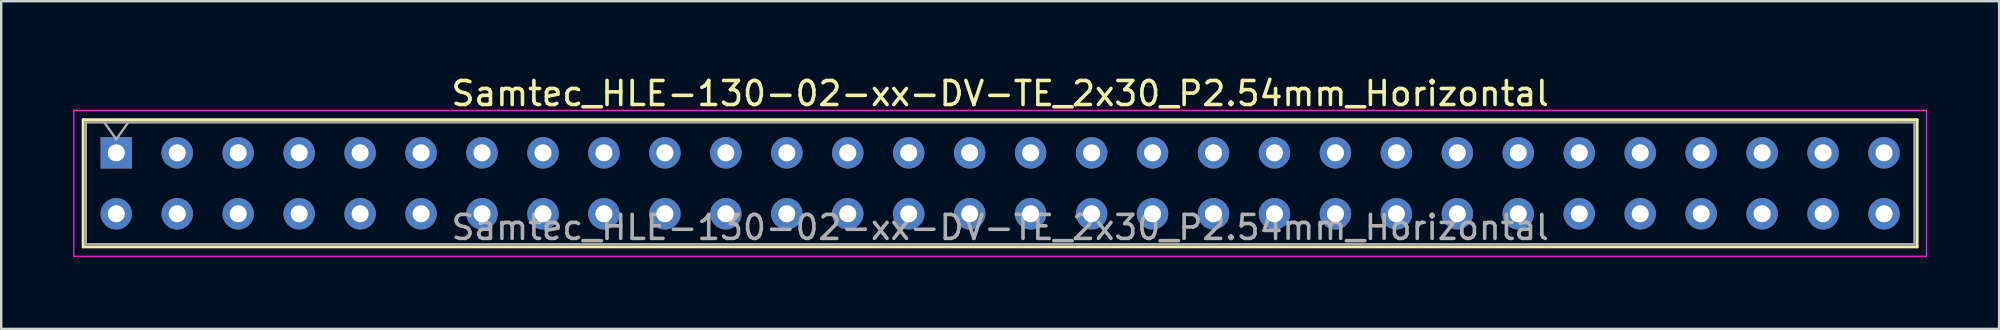
<source format=kicad_pcb>
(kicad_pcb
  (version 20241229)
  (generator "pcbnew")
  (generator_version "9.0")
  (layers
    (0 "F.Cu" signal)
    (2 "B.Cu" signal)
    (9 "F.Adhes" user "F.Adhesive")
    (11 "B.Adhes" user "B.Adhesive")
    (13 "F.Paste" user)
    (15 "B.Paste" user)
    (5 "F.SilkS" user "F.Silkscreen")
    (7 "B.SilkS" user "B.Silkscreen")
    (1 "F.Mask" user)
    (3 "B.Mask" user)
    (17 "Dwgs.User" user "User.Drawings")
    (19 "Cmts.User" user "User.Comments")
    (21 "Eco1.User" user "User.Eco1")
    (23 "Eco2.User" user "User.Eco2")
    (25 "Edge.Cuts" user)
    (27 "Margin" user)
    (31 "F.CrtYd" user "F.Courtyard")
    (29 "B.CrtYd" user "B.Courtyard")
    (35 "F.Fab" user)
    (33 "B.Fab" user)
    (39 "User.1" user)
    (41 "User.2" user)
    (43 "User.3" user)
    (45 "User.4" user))
  (footprint "Samtec_HLE-130-02-xx-DV-TE_2x30_P2.54mm_Horizontal"
    (layer "F.Cu")
    (at 1.795 3.318)
    (property "Reference" "Samtec_HLE-130-02-xx-DV-TE_2x30_P2.54mm_Horizontal" (at 36.83 -2.47 0) (layer "F.SilkS") (effects (font (size 1 1) (thickness 0.15))))
    (attr through_hole)
    (fp_line (start -1.38 -1.38) (end 75.04 -1.38) (stroke (width 0.12) (type solid)) (layer "F.SilkS"))
    (fp_line (start -1.38 3.92) (end -1.38 -1.38) (stroke (width 0.12) (type solid)) (layer "F.SilkS"))
    (fp_line (start 75.04 -1.38) (end 75.04 3.92) (stroke (width 0.12) (type solid)) (layer "F.SilkS"))
    (fp_line (start 75.04 3.92) (end -1.38 3.92) (stroke (width 0.12) (type solid)) (layer "F.SilkS"))
    (fp_line (start -1.77 -1.77) (end 75.43 -1.77) (stroke (width 0.05) (type solid)) (layer "F.CrtYd"))
    (fp_line (start -1.77 4.31) (end -1.77 -1.77) (stroke (width 0.05) (type solid)) (layer "F.CrtYd"))
    (fp_line (start 75.43 -1.77) (end 75.43 4.31) (stroke (width 0.05) (type solid)) (layer "F.CrtYd"))
    (fp_line (start 75.43 4.31) (end -1.77 4.31) (stroke (width 0.05) (type solid)) (layer "F.CrtYd"))
    (fp_line (start -1.27 -1.27) (end 74.93 -1.27) (stroke (width 0.1) (type solid)) (layer "F.Fab"))
    (fp_line (start -1.27 3.81) (end -1.27 -1.27) (stroke (width 0.1) (type solid)) (layer "F.Fab"))
    (fp_line (start -0.5 -1.27) (end 0 -0.563) (stroke (width 0.1) (type solid)) (layer "F.Fab"))
    (fp_line (start 0 -0.563) (end 0.5 -1.27) (stroke (width 0.1) (type solid)) (layer "F.Fab"))
    (fp_line (start 74.93 -1.27) (end 74.93 3.81) (stroke (width 0.1) (type solid)) (layer "F.Fab"))
    (fp_line (start 74.93 3.81) (end -1.27 3.81) (stroke (width 0.1) (type solid)) (layer "F.Fab"))
    (fp_text user "${REFERENCE}" (at 36.83 3.11 0) (layer "F.Fab") (effects (font (size 1 1) (thickness 0.15))))
    (pad "1" thru_hole rect (at 0 0) (size 1.31 1.31) (drill 0.71) (layers "*.Cu" "*.Mask"))
    (pad "2" thru_hole circle (at 0 2.54) (size 1.31 1.31) (drill 0.71) (layers "*.Cu" "*.Mask"))
    (pad "3" thru_hole circle (at 2.54 0) (size 1.31 1.31) (drill 0.71) (layers "*.Cu" "*.Mask"))
    (pad "4" thru_hole circle (at 2.54 2.54) (size 1.31 1.31) (drill 0.71) (layers "*.Cu" "*.Mask"))
    (pad "5" thru_hole circle (at 5.08 0) (size 1.31 1.31) (drill 0.71) (layers "*.Cu" "*.Mask"))
    (pad "6" thru_hole circle (at 5.08 2.54) (size 1.31 1.31) (drill 0.71) (layers "*.Cu" "*.Mask"))
    (pad "7" thru_hole circle (at 7.62 0) (size 1.31 1.31) (drill 0.71) (layers "*.Cu" "*.Mask"))
    (pad "8" thru_hole circle (at 7.62 2.54) (size 1.31 1.31) (drill 0.71) (layers "*.Cu" "*.Mask"))
    (pad "9" thru_hole circle (at 10.16 0) (size 1.31 1.31) (drill 0.71) (layers "*.Cu" "*.Mask"))
    (pad "10" thru_hole circle (at 10.16 2.54) (size 1.31 1.31) (drill 0.71) (layers "*.Cu" "*.Mask"))
    (pad "11" thru_hole circle (at 12.7 0) (size 1.31 1.31) (drill 0.71) (layers "*.Cu" "*.Mask"))
    (pad "12" thru_hole circle (at 12.7 2.54) (size 1.31 1.31) (drill 0.71) (layers "*.Cu" "*.Mask"))
    (pad "13" thru_hole circle (at 15.24 0) (size 1.31 1.31) (drill 0.71) (layers "*.Cu" "*.Mask"))
    (pad "14" thru_hole circle (at 15.24 2.54) (size 1.31 1.31) (drill 0.71) (layers "*.Cu" "*.Mask"))
    (pad "15" thru_hole circle (at 17.78 0) (size 1.31 1.31) (drill 0.71) (layers "*.Cu" "*.Mask"))
    (pad "16" thru_hole circle (at 17.78 2.54) (size 1.31 1.31) (drill 0.71) (layers "*.Cu" "*.Mask"))
    (pad "17" thru_hole circle (at 20.32 0) (size 1.31 1.31) (drill 0.71) (layers "*.Cu" "*.Mask"))
    (pad "18" thru_hole circle (at 20.32 2.54) (size 1.31 1.31) (drill 0.71) (layers "*.Cu" "*.Mask"))
    (pad "19" thru_hole circle (at 22.86 0) (size 1.31 1.31) (drill 0.71) (layers "*.Cu" "*.Mask"))
    (pad "20" thru_hole circle (at 22.86 2.54) (size 1.31 1.31) (drill 0.71) (layers "*.Cu" "*.Mask"))
    (pad "21" thru_hole circle (at 25.4 0) (size 1.31 1.31) (drill 0.71) (layers "*.Cu" "*.Mask"))
    (pad "22" thru_hole circle (at 25.4 2.54) (size 1.31 1.31) (drill 0.71) (layers "*.Cu" "*.Mask"))
    (pad "23" thru_hole circle (at 27.94 0) (size 1.31 1.31) (drill 0.71) (layers "*.Cu" "*.Mask"))
    (pad "24" thru_hole circle (at 27.94 2.54) (size 1.31 1.31) (drill 0.71) (layers "*.Cu" "*.Mask"))
    (pad "25" thru_hole circle (at 30.48 0) (size 1.31 1.31) (drill 0.71) (layers "*.Cu" "*.Mask"))
    (pad "26" thru_hole circle (at 30.48 2.54) (size 1.31 1.31) (drill 0.71) (layers "*.Cu" "*.Mask"))
    (pad "27" thru_hole circle (at 33.02 0) (size 1.31 1.31) (drill 0.71) (layers "*.Cu" "*.Mask"))
    (pad "28" thru_hole circle (at 33.02 2.54) (size 1.31 1.31) (drill 0.71) (layers "*.Cu" "*.Mask"))
    (pad "29" thru_hole circle (at 35.56 0) (size 1.31 1.31) (drill 0.71) (layers "*.Cu" "*.Mask"))
    (pad "30" thru_hole circle (at 35.56 2.54) (size 1.31 1.31) (drill 0.71) (layers "*.Cu" "*.Mask"))
    (pad "31" thru_hole circle (at 38.1 0) (size 1.31 1.31) (drill 0.71) (layers "*.Cu" "*.Mask"))
    (pad "32" thru_hole circle (at 38.1 2.54) (size 1.31 1.31) (drill 0.71) (layers "*.Cu" "*.Mask"))
    (pad "33" thru_hole circle (at 40.64 0) (size 1.31 1.31) (drill 0.71) (layers "*.Cu" "*.Mask"))
    (pad "34" thru_hole circle (at 40.64 2.54) (size 1.31 1.31) (drill 0.71) (layers "*.Cu" "*.Mask"))
    (pad "35" thru_hole circle (at 43.18 0) (size 1.31 1.31) (drill 0.71) (layers "*.Cu" "*.Mask"))
    (pad "36" thru_hole circle (at 43.18 2.54) (size 1.31 1.31) (drill 0.71) (layers "*.Cu" "*.Mask"))
    (pad "37" thru_hole circle (at 45.72 0) (size 1.31 1.31) (drill 0.71) (layers "*.Cu" "*.Mask"))
    (pad "38" thru_hole circle (at 45.72 2.54) (size 1.31 1.31) (drill 0.71) (layers "*.Cu" "*.Mask"))
    (pad "39" thru_hole circle (at 48.26 0) (size 1.31 1.31) (drill 0.71) (layers "*.Cu" "*.Mask"))
    (pad "40" thru_hole circle (at 48.26 2.54) (size 1.31 1.31) (drill 0.71) (layers "*.Cu" "*.Mask"))
    (pad "41" thru_hole circle (at 50.8 0) (size 1.31 1.31) (drill 0.71) (layers "*.Cu" "*.Mask"))
    (pad "42" thru_hole circle (at 50.8 2.54) (size 1.31 1.31) (drill 0.71) (layers "*.Cu" "*.Mask"))
    (pad "43" thru_hole circle (at 53.34 0) (size 1.31 1.31) (drill 0.71) (layers "*.Cu" "*.Mask"))
    (pad "44" thru_hole circle (at 53.34 2.54) (size 1.31 1.31) (drill 0.71) (layers "*.Cu" "*.Mask"))
    (pad "45" thru_hole circle (at 55.88 0) (size 1.31 1.31) (drill 0.71) (layers "*.Cu" "*.Mask"))
    (pad "46" thru_hole circle (at 55.88 2.54) (size 1.31 1.31) (drill 0.71) (layers "*.Cu" "*.Mask"))
    (pad "47" thru_hole circle (at 58.42 0) (size 1.31 1.31) (drill 0.71) (layers "*.Cu" "*.Mask"))
    (pad "48" thru_hole circle (at 58.42 2.54) (size 1.31 1.31) (drill 0.71) (layers "*.Cu" "*.Mask"))
    (pad "49" thru_hole circle (at 60.96 0) (size 1.31 1.31) (drill 0.71) (layers "*.Cu" "*.Mask"))
    (pad "50" thru_hole circle (at 60.96 2.54) (size 1.31 1.31) (drill 0.71) (layers "*.Cu" "*.Mask"))
    (pad "51" thru_hole circle (at 63.5 0) (size 1.31 1.31) (drill 0.71) (layers "*.Cu" "*.Mask"))
    (pad "52" thru_hole circle (at 63.5 2.54) (size 1.31 1.31) (drill 0.71) (layers "*.Cu" "*.Mask"))
    (pad "53" thru_hole circle (at 66.04 0) (size 1.31 1.31) (drill 0.71) (layers "*.Cu" "*.Mask"))
    (pad "54" thru_hole circle (at 66.04 2.54) (size 1.31 1.31) (drill 0.71) (layers "*.Cu" "*.Mask"))
    (pad "55" thru_hole circle (at 68.58 0) (size 1.31 1.31) (drill 0.71) (layers "*.Cu" "*.Mask"))
    (pad "56" thru_hole circle (at 68.58 2.54) (size 1.31 1.31) (drill 0.71) (layers "*.Cu" "*.Mask"))
    (pad "57" thru_hole circle (at 71.12 0) (size 1.31 1.31) (drill 0.71) (layers "*.Cu" "*.Mask"))
    (pad "58" thru_hole circle (at 71.12 2.54) (size 1.31 1.31) (drill 0.71) (layers "*.Cu" "*.Mask"))
    (pad "59" thru_hole circle (at 73.66 0) (size 1.31 1.31) (drill 0.71) (layers "*.Cu" "*.Mask"))
    (pad "60" thru_hole circle (at 73.66 2.54) (size 1.31 1.31) (drill 0.71) (layers "*.Cu" "*.Mask")))
  (gr_rect
    (start -3 -3)
    (end 80.25 10.653)
    (stroke (width 0.1) (type default))
    (fill no)
    (layer "Edge.Cuts")))
</source>
